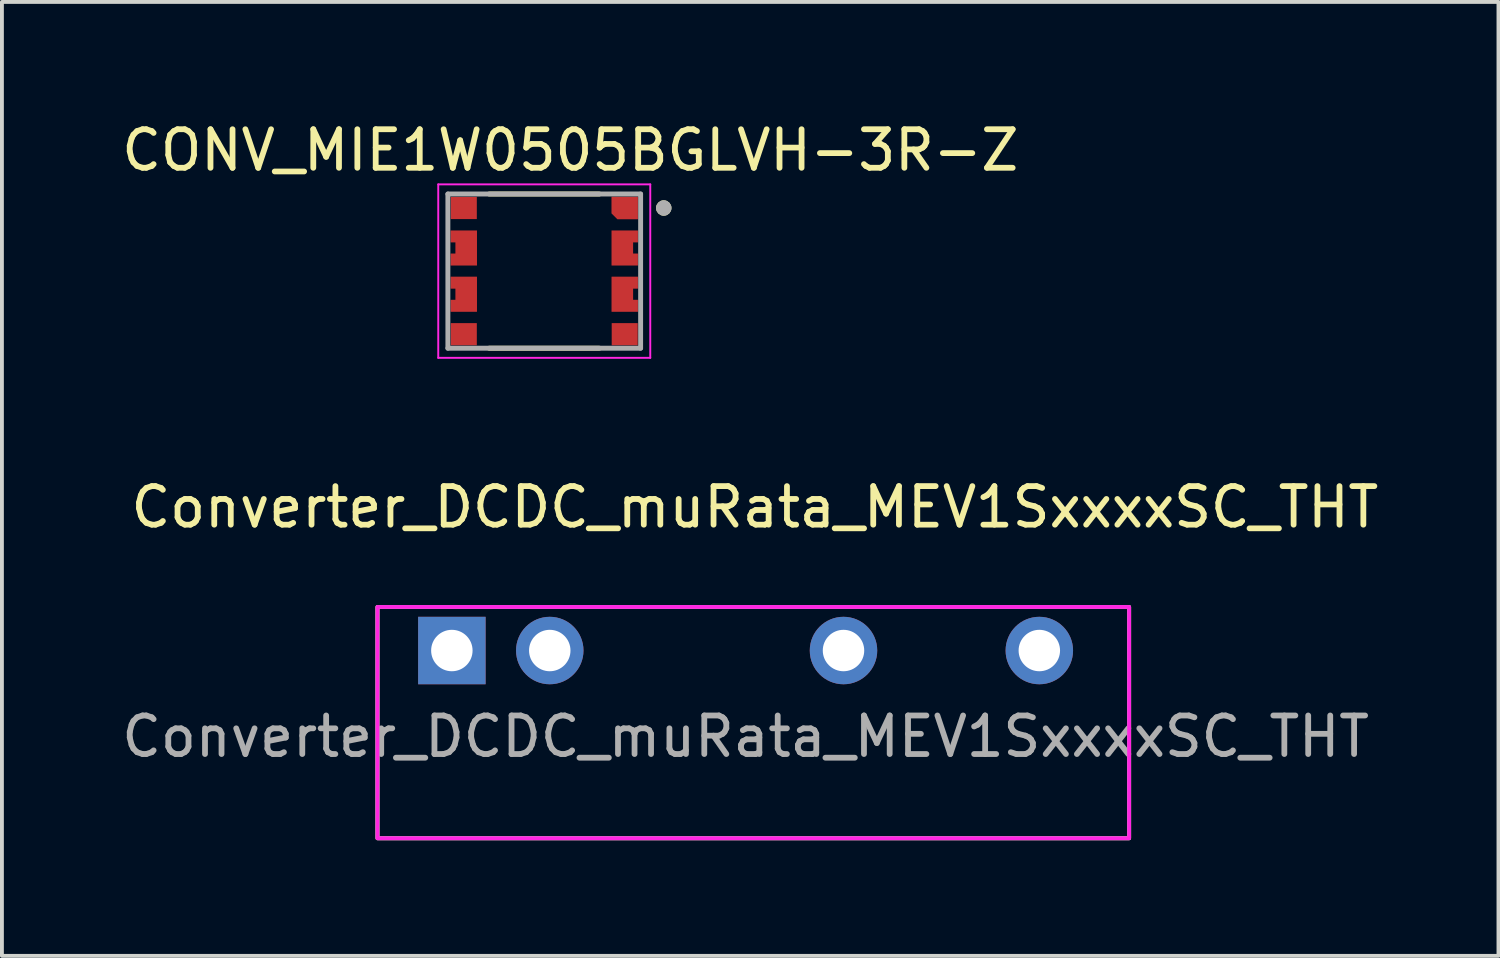
<source format=kicad_pcb>
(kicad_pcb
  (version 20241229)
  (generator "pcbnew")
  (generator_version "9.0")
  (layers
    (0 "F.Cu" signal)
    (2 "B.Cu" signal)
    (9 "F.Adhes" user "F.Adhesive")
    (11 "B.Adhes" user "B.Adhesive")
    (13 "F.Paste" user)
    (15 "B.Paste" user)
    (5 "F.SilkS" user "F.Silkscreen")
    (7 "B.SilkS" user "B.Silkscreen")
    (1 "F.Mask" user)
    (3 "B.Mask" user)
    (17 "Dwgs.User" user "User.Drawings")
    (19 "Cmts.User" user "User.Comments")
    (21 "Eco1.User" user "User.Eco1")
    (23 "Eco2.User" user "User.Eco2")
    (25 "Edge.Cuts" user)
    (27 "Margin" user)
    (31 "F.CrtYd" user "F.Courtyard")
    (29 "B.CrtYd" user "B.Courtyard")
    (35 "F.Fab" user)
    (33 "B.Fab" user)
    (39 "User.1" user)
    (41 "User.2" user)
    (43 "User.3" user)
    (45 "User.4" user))
  (footprint "Converter_DCDC_muRata_MEV1SxxxxSC_THT"
    (layer "F.Cu")
    (at 8.672 13.826)
    (property "Reference" "Converter_DCDC_muRata_MEV1SxxxxSC_THT" (at 7.86 -3.72 180) (layer "F.SilkS") (effects (font (size 1 1) (thickness 0.15))))
    (attr through_hole)
    (fp_rect (start -1.93 -1.13) (end 17.57 4.87) (stroke (width 0.1) (type solid)) (fill no) (layer "F.SilkS"))
    (fp_rect (start -1.93 -1.13) (end 17.57 4.87) (stroke (width 0.1) (type solid)) (fill no) (layer "F.CrtYd"))
    (fp_rect (start -1.93 -1.13) (end 17.57 4.87) (stroke (width 0.1) (type solid)) (fill no) (layer "F.Fab"))
    (fp_text user "${REFERENCE}" (at 7.62 2.23 180) (layer "F.Fab") (effects (font (size 1 1) (thickness 0.15))))
    (pad "1" thru_hole rect (at 0 0) (size 1.75 1.75) (drill 1.075) (layers "*.Cu" "*.Mask"))
    (pad "2" thru_hole oval (at 2.54 0) (size 1.75 1.75) (drill 1.075) (layers "*.Cu" "*.Mask"))
    (pad "5" thru_hole oval (at 10.16 0) (size 1.75 1.75) (drill 1.075) (layers "*.Cu" "*.Mask"))
    (pad "7" thru_hole oval (at 15.24 0) (size 1.75 1.75) (drill 1.075) (layers "*.Cu" "*.Mask")))
  (footprint "CONV_MIE1W0505BGLVH-3R-Z"
    (layer "F.Cu")
    (at 11.069 3.983)
    (property "Reference" "CONV_MIE1W0505BGLVH-3R-Z" (at 0.675 -3.135 0) (layer "F.SilkS") (effects (font (size 1 1) (thickness 0.15))))
    (attr smd)
    (fp_poly (pts (xy 1.859 -1.25) (xy 1.65 -1.459) (xy 1.65 -2.025) (xy 2.525 -2.025) (xy 2.525 -1.25)) (stroke (width 0.01) (type solid)) (fill yes) (layer "F.Mask"))
    (fp_poly (pts (xy -2.525 0.65) (xy -2.525 1.15) (xy -1.65 1.15) (xy -1.65 0.05) (xy -2.525 0.05) (xy -2.525 0.55) (xy -2.4 0.55) (xy -2.4 0.65)) (stroke (width 0.01) (type solid)) (fill yes) (layer "F.Mask"))
    (fp_poly (pts (xy -1.65 -0.05) (xy -2.525 -0.05) (xy -2.525 -0.55) (xy -2.4 -0.55) (xy -2.4 -0.65) (xy -2.525 -0.65) (xy -2.525 -1.15) (xy -1.65 -1.15)) (stroke (width 0.01) (type solid)) (fill yes) (layer "F.Mask"))
    (fp_poly (pts (xy 1.65 -1.15) (xy 1.65 -0.05) (xy 2.525 -0.05) (xy 2.525 -0.55) (xy 2.4 -0.55) (xy 2.4 -0.65) (xy 2.525 -0.65) (xy 2.525 -1.15)) (stroke (width 0.01) (type solid)) (fill yes) (layer "F.Mask"))
    (fp_poly (pts (xy 2.525 1.15) (xy 1.65 1.15) (xy 1.65 0.05) (xy 2.525 0.05) (xy 2.525 0.55) (xy 2.4 0.55) (xy 2.4 0.65) (xy 2.525 0.65)) (stroke (width 0.01) (type solid)) (fill yes) (layer "F.Mask"))
    (fp_line (start -1.43 -2) (end 1.43 -2) (stroke (width 0.127) (type solid)) (layer "F.SilkS"))
    (fp_line (start 1.43 2) (end -1.43 2) (stroke (width 0.127) (type solid)) (layer "F.SilkS"))
    (fp_circle (center 3.1 -1.637) (end 3.2 -1.637) (stroke (width 0.2) (type solid)) (fill no) (layer "F.SilkS"))
    (fp_poly (pts (xy 1.9 -1.35) (xy 1.75 -1.5) (xy 1.75 -1.925) (xy 2.425 -1.925) (xy 2.425 -1.35)) (stroke (width 0.01) (type solid)) (fill yes) (layer "F.Paste"))
    (fp_poly (pts (xy -2.425 -0.45) (xy -2.425 -0.15) (xy -1.75 -0.15) (xy -1.75 -1.05) (xy -2.425 -1.05) (xy -2.425 -0.75) (xy -2.3 -0.75) (xy -2.3 -0.45)) (stroke (width 0.01) (type solid)) (fill yes) (layer "F.Paste"))
    (fp_poly (pts (xy -2.425 0.75) (xy -2.425 1.05) (xy -1.75 1.05) (xy -1.75 0.15) (xy -2.425 0.15) (xy -2.425 0.45) (xy -2.3 0.45) (xy -2.3 0.75)) (stroke (width 0.01) (type solid)) (fill yes) (layer "F.Paste"))
    (fp_poly (pts (xy 2.425 -0.15) (xy 1.75 -0.15) (xy 1.75 -1.05) (xy 2.425 -1.05) (xy 2.425 -0.75) (xy 2.3 -0.75) (xy 2.3 -0.45) (xy 2.425 -0.45)) (stroke (width 0.01) (type solid)) (fill yes) (layer "F.Paste"))
    (fp_poly (pts (xy 2.425 1.05) (xy 1.75 1.05) (xy 1.75 0.15) (xy 2.425 0.15) (xy 2.425 0.45) (xy 2.3 0.45) (xy 2.3 0.75) (xy 2.425 0.75)) (stroke (width 0.01) (type solid)) (fill yes) (layer "F.Paste"))
    (fp_line (start -2.75 -2.25) (end 2.75 -2.25) (stroke (width 0.05) (type solid)) (layer "F.CrtYd"))
    (fp_line (start -2.75 2.25) (end -2.75 -2.25) (stroke (width 0.05) (type solid)) (layer "F.CrtYd"))
    (fp_line (start 2.75 -2.25) (end 2.75 2.25) (stroke (width 0.05) (type solid)) (layer "F.CrtYd"))
    (fp_line (start 2.75 2.25) (end -2.75 2.25) (stroke (width 0.05) (type solid)) (layer "F.CrtYd"))
    (fp_line (start -2.5 -2) (end 2.5 -2) (stroke (width 0.127) (type solid)) (layer "F.Fab"))
    (fp_line (start -2.5 2) (end -2.5 -2) (stroke (width 0.127) (type solid)) (layer "F.Fab"))
    (fp_line (start 2.5 -2) (end 2.5 2) (stroke (width 0.127) (type solid)) (layer "F.Fab"))
    (fp_line (start 2.5 2) (end -2.5 2) (stroke (width 0.127) (type solid)) (layer "F.Fab"))
    (fp_circle (center 3.1 -1.637) (end 3.2 -1.637) (stroke (width 0.2) (type solid)) (fill no) (layer "F.Fab"))
    (pad "1" smd custom (at 2.087 -1.637) (size 0.3 0.3) (layers "F.Cu") (options (anchor rect)) (primitives (gr_poly (pts (xy -0.188 0.287) (xy -0.338 0.138) (xy -0.338 -0.287) (xy 0.338 -0.287) (xy 0.338 0.287)) (width 0.01) (fill yes))))
    (pad "2" smd rect (at -2.087 -1.637) (size 0.675 0.575) (layers "F.Cu" "F.Mask" "F.Paste"))
    (pad "3_4" smd custom (at -2.125 -0.6) (size 0.3 0.3) (layers "F.Cu") (options (anchor rect)) (primitives (gr_poly (pts (xy -0.3 0.15) (xy -0.3 0.45) (xy 0.375 0.45) (xy 0.375 -0.45) (xy -0.3 -0.45) (xy -0.3 -0.15) (xy -0.175 -0.15) (xy -0.175 0.15)) (width 0.01) (fill yes))))
    (pad "5_6" smd custom (at -2.125 0.6) (size 0.3 0.3) (layers "F.Cu") (options (anchor rect)) (primitives (gr_poly (pts (xy -0.3 0.15) (xy -0.3 0.45) (xy 0.375 0.45) (xy 0.375 -0.45) (xy -0.3 -0.45) (xy -0.3 -0.15) (xy -0.175 -0.15) (xy -0.175 0.15)) (width 0.01) (fill yes))))
    (pad "7" smd rect (at -2.087 1.637) (size 0.675 0.575) (layers "F.Cu" "F.Mask" "F.Paste"))
    (pad "8" smd rect (at 2.087 1.637) (size 0.675 0.575) (layers "F.Cu" "F.Mask" "F.Paste"))
    (pad "9_10" smd custom (at 2.125 0.6) (size 0.3 0.3) (layers "F.Cu") (options (anchor rect)) (primitives (gr_poly (pts (xy 0.3 0.45) (xy -0.375 0.45) (xy -0.375 -0.45) (xy 0.3 -0.45) (xy 0.3 -0.15) (xy 0.175 -0.15) (xy 0.175 0.15) (xy 0.3 0.15)) (width 0.01) (fill yes))))
    (pad "11_12" smd custom (at 2.125 -0.6) (size 0.3 0.3) (layers "F.Cu") (options (anchor rect)) (primitives (gr_poly (pts (xy 0.3 0.45) (xy -0.375 0.45) (xy -0.375 -0.45) (xy 0.3 -0.45) (xy 0.3 -0.15) (xy 0.175 -0.15) (xy 0.175 0.15) (xy 0.3 0.15)) (width 0.01) (fill yes)))))
  (gr_rect
    (start -3 -3)
    (end 35.823 21.747)
    (stroke (width 0.1) (type default))
    (fill no)
    (layer "Edge.Cuts")))
</source>
